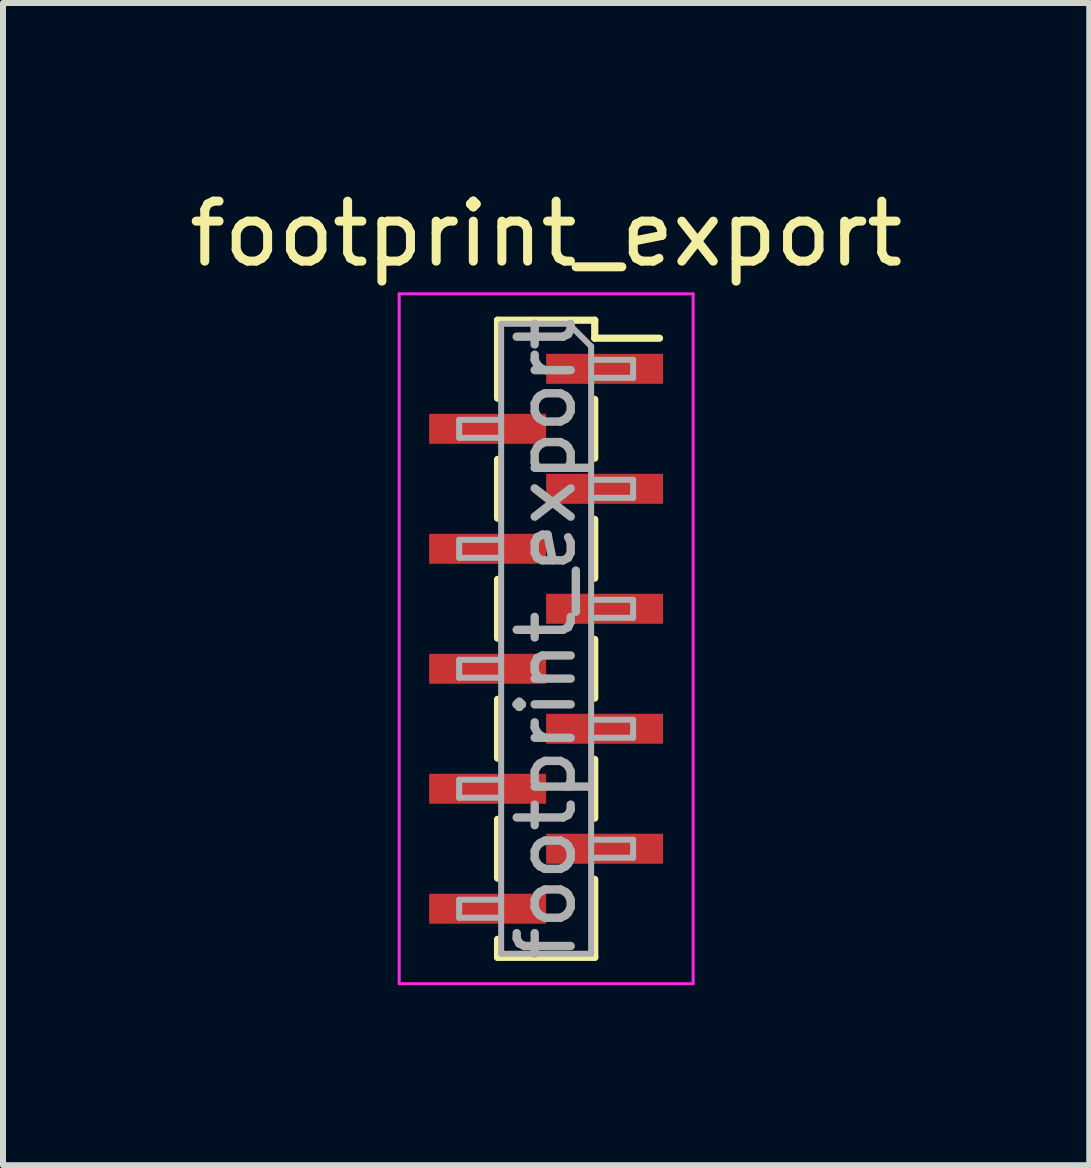
<source format=kicad_pcb>
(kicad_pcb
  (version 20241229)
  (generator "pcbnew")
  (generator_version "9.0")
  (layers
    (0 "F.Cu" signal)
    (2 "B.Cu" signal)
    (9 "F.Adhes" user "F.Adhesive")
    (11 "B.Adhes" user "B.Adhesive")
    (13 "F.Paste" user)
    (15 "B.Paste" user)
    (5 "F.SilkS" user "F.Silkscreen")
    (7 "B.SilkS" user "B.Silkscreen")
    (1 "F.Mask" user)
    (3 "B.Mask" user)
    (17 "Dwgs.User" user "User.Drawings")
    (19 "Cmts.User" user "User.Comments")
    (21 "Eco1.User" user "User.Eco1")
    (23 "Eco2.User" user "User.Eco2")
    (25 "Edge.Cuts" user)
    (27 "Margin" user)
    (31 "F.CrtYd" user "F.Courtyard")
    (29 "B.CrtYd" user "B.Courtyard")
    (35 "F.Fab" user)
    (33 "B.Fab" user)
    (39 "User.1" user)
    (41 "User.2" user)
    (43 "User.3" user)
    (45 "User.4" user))
  (footprint "footprint_export"
    (layer "F.Cu")
    (at 6.054 7.598)
    (property "Reference" "footprint_export" (at 0 -6.75 0) (layer "F.SilkS") (effects (font (size 1 1) (thickness 0.15))))
    (attr smd)
    (fp_line (start -0.81 -5.31) (end -0.81 -4.01) (stroke (width 0.12) (type solid)) (layer "F.SilkS"))
    (fp_line (start -0.81 -5.31) (end 0.81 -5.31) (stroke (width 0.12) (type solid)) (layer "F.SilkS"))
    (fp_line (start -0.81 -2.99) (end -0.81 -2.01) (stroke (width 0.12) (type solid)) (layer "F.SilkS"))
    (fp_line (start -0.81 -0.99) (end -0.81 -0.01) (stroke (width 0.12) (type solid)) (layer "F.SilkS"))
    (fp_line (start -0.81 1.01) (end -0.81 1.99) (stroke (width 0.12) (type solid)) (layer "F.SilkS"))
    (fp_line (start -0.81 3.01) (end -0.81 3.99) (stroke (width 0.12) (type solid)) (layer "F.SilkS"))
    (fp_line (start -0.81 5.01) (end -0.81 5.31) (stroke (width 0.12) (type solid)) (layer "F.SilkS"))
    (fp_line (start -0.81 5.31) (end 0.81 5.31) (stroke (width 0.12) (type solid)) (layer "F.SilkS"))
    (fp_line (start 0.81 -5.31) (end 0.81 -5.01) (stroke (width 0.12) (type solid)) (layer "F.SilkS"))
    (fp_line (start 0.81 -5.01) (end 1.89 -5.01) (stroke (width 0.12) (type solid)) (layer "F.SilkS"))
    (fp_line (start 0.81 -3.99) (end 0.81 -3.01) (stroke (width 0.12) (type solid)) (layer "F.SilkS"))
    (fp_line (start 0.81 -1.99) (end 0.81 -1.01) (stroke (width 0.12) (type solid)) (layer "F.SilkS"))
    (fp_line (start 0.81 0.01) (end 0.81 0.99) (stroke (width 0.12) (type solid)) (layer "F.SilkS"))
    (fp_line (start 0.81 2.01) (end 0.81 2.99) (stroke (width 0.12) (type solid)) (layer "F.SilkS"))
    (fp_line (start 0.81 4.01) (end 0.81 5.31) (stroke (width 0.12) (type solid)) (layer "F.SilkS"))
    (fp_line (start -2.45 -5.75) (end 2.45 -5.75) (stroke (width 0.05) (type solid)) (layer "F.CrtYd"))
    (fp_line (start -2.45 5.75) (end -2.45 -5.75) (stroke (width 0.05) (type solid)) (layer "F.CrtYd"))
    (fp_line (start 2.45 -5.75) (end 2.45 5.75) (stroke (width 0.05) (type solid)) (layer "F.CrtYd"))
    (fp_line (start 2.45 5.75) (end -2.45 5.75) (stroke (width 0.05) (type solid)) (layer "F.CrtYd"))
    (fp_line (start -1.45 -3.65) (end -0.75 -3.65) (stroke (width 0.1) (type solid)) (layer "F.Fab"))
    (fp_line (start -1.45 -3.35) (end -1.45 -3.65) (stroke (width 0.1) (type solid)) (layer "F.Fab"))
    (fp_line (start -1.45 -1.65) (end -0.75 -1.65) (stroke (width 0.1) (type solid)) (layer "F.Fab"))
    (fp_line (start -1.45 -1.35) (end -1.45 -1.65) (stroke (width 0.1) (type solid)) (layer "F.Fab"))
    (fp_line (start -1.45 0.35) (end -0.75 0.35) (stroke (width 0.1) (type solid)) (layer "F.Fab"))
    (fp_line (start -1.45 0.65) (end -1.45 0.35) (stroke (width 0.1) (type solid)) (layer "F.Fab"))
    (fp_line (start -1.45 2.35) (end -0.75 2.35) (stroke (width 0.1) (type solid)) (layer "F.Fab"))
    (fp_line (start -1.45 2.65) (end -1.45 2.35) (stroke (width 0.1) (type solid)) (layer "F.Fab"))
    (fp_line (start -1.45 4.35) (end -0.75 4.35) (stroke (width 0.1) (type solid)) (layer "F.Fab"))
    (fp_line (start -1.45 4.65) (end -1.45 4.35) (stroke (width 0.1) (type solid)) (layer "F.Fab"))
    (fp_line (start -0.75 -5.25) (end 0.375 -5.25) (stroke (width 0.1) (type solid)) (layer "F.Fab"))
    (fp_line (start -0.75 -3.35) (end -1.45 -3.35) (stroke (width 0.1) (type solid)) (layer "F.Fab"))
    (fp_line (start -0.75 -1.35) (end -1.45 -1.35) (stroke (width 0.1) (type solid)) (layer "F.Fab"))
    (fp_line (start -0.75 0.65) (end -1.45 0.65) (stroke (width 0.1) (type solid)) (layer "F.Fab"))
    (fp_line (start -0.75 2.65) (end -1.45 2.65) (stroke (width 0.1) (type solid)) (layer "F.Fab"))
    (fp_line (start -0.75 4.65) (end -1.45 4.65) (stroke (width 0.1) (type solid)) (layer "F.Fab"))
    (fp_line (start -0.75 5.25) (end -0.75 -5.25) (stroke (width 0.1) (type solid)) (layer "F.Fab"))
    (fp_line (start 0.375 -5.25) (end 0.75 -4.875) (stroke (width 0.1) (type solid)) (layer "F.Fab"))
    (fp_line (start 0.75 -4.875) (end 0.75 5.25) (stroke (width 0.1) (type solid)) (layer "F.Fab"))
    (fp_line (start 0.75 -4.65) (end 1.45 -4.65) (stroke (width 0.1) (type solid)) (layer "F.Fab"))
    (fp_line (start 0.75 -2.65) (end 1.45 -2.65) (stroke (width 0.1) (type solid)) (layer "F.Fab"))
    (fp_line (start 0.75 -0.65) (end 1.45 -0.65) (stroke (width 0.1) (type solid)) (layer "F.Fab"))
    (fp_line (start 0.75 1.35) (end 1.45 1.35) (stroke (width 0.1) (type solid)) (layer "F.Fab"))
    (fp_line (start 0.75 3.35) (end 1.45 3.35) (stroke (width 0.1) (type solid)) (layer "F.Fab"))
    (fp_line (start 0.75 5.25) (end -0.75 5.25) (stroke (width 0.1) (type solid)) (layer "F.Fab"))
    (fp_line (start 1.45 -4.65) (end 1.45 -4.35) (stroke (width 0.1) (type solid)) (layer "F.Fab"))
    (fp_line (start 1.45 -4.35) (end 0.75 -4.35) (stroke (width 0.1) (type solid)) (layer "F.Fab"))
    (fp_line (start 1.45 -2.65) (end 1.45 -2.35) (stroke (width 0.1) (type solid)) (layer "F.Fab"))
    (fp_line (start 1.45 -2.35) (end 0.75 -2.35) (stroke (width 0.1) (type solid)) (layer "F.Fab"))
    (fp_line (start 1.45 -0.65) (end 1.45 -0.35) (stroke (width 0.1) (type solid)) (layer "F.Fab"))
    (fp_line (start 1.45 -0.35) (end 0.75 -0.35) (stroke (width 0.1) (type solid)) (layer "F.Fab"))
    (fp_line (start 1.45 1.35) (end 1.45 1.65) (stroke (width 0.1) (type solid)) (layer "F.Fab"))
    (fp_line (start 1.45 1.65) (end 0.75 1.65) (stroke (width 0.1) (type solid)) (layer "F.Fab"))
    (fp_line (start 1.45 3.35) (end 1.45 3.65) (stroke (width 0.1) (type solid)) (layer "F.Fab"))
    (fp_line (start 1.45 3.65) (end 0.75 3.65) (stroke (width 0.1) (type solid)) (layer "F.Fab"))
    (fp_text user "${REFERENCE}" (at 0 0 90) (layer "F.Fab") (effects (font (size 0.9 0.9) (thickness 0.14))))
    (pad "1" smd rect (at 0.975 -4.5) (size 1.95 0.5) (layers "F.Cu" "F.Mask" "F.Paste"))
    (pad "2" smd rect (at -0.975 -3.5) (size 1.95 0.5) (layers "F.Cu" "F.Mask" "F.Paste"))
    (pad "3" smd rect (at 0.975 -2.5) (size 1.95 0.5) (layers "F.Cu" "F.Mask" "F.Paste"))
    (pad "4" smd rect (at -0.975 -1.5) (size 1.95 0.5) (layers "F.Cu" "F.Mask" "F.Paste"))
    (pad "5" smd rect (at 0.975 -0.5) (size 1.95 0.5) (layers "F.Cu" "F.Mask" "F.Paste"))
    (pad "6" smd rect (at -0.975 0.5) (size 1.95 0.5) (layers "F.Cu" "F.Mask" "F.Paste"))
    (pad "7" smd rect (at 0.975 1.5) (size 1.95 0.5) (layers "F.Cu" "F.Mask" "F.Paste"))
    (pad "8" smd rect (at -0.975 2.5) (size 1.95 0.5) (layers "F.Cu" "F.Mask" "F.Paste"))
    (pad "9" smd rect (at 0.975 3.5) (size 1.95 0.5) (layers "F.Cu" "F.Mask" "F.Paste"))
    (pad "10" smd rect (at -0.975 4.5) (size 1.95 0.5) (layers "F.Cu" "F.Mask" "F.Paste")))
  (gr_rect
    (start -3 -3)
    (end 15.107 16.373)
    (stroke (width 0.1) (type default))
    (fill no)
    (layer "Edge.Cuts")))
</source>
